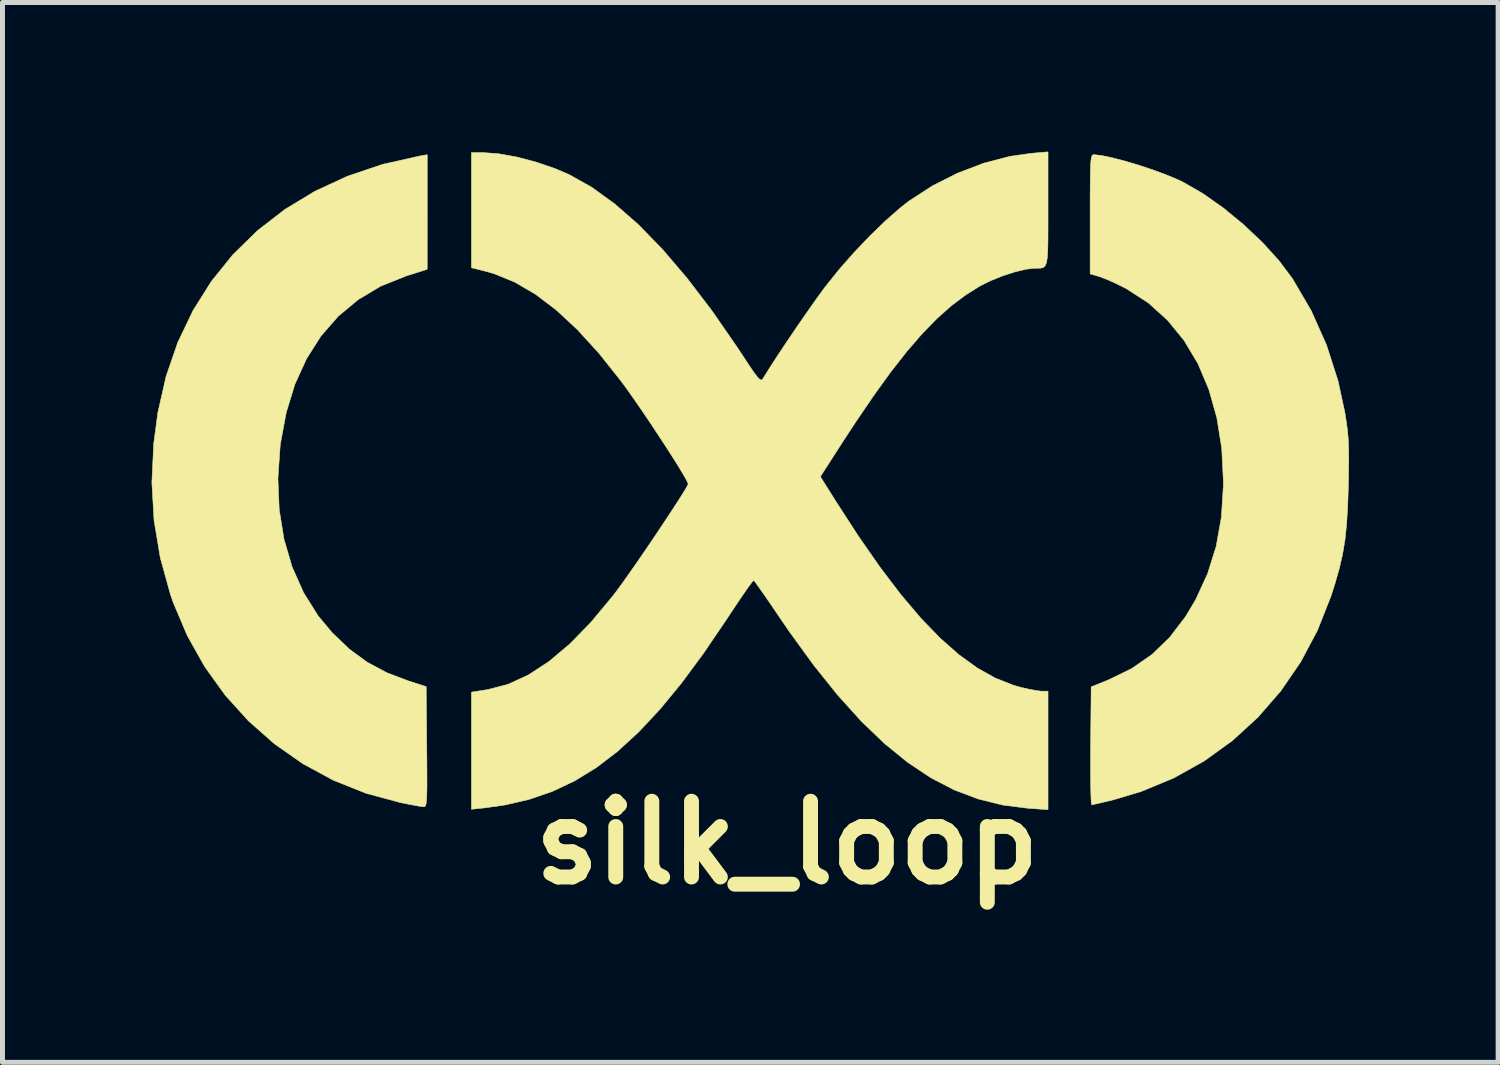
<source format=kicad_pcb>
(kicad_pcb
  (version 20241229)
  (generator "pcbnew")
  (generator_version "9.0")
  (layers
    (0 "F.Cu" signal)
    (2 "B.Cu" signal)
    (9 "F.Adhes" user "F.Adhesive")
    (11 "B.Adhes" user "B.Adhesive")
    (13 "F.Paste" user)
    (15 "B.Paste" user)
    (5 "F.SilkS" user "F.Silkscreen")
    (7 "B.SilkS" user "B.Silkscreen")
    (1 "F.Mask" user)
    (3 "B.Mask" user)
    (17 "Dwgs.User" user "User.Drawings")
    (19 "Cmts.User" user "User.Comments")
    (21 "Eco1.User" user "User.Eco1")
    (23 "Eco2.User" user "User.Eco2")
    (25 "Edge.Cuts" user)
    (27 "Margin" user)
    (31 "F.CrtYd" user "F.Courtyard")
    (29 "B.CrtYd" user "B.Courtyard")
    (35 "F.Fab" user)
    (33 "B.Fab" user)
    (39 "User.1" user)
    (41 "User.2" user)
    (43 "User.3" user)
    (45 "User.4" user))
  (footprint "silk_loop"
    (layer "F.Cu")
    (at 12.784 13.903)
    (property "Reference" "silk_loop" (at 0 0 0) (layer "F.SilkS") (effects (font (size 1.524 1.524) (thickness 0.3))))
    (attr through_hole)
    (fp_poly (pts (xy -7.239 -12.688) (xy -7.24 -11.536) (xy -7.673 -11.398) (xy -8.176 -11.196) (xy -8.628 -10.926) (xy -9.029 -10.592) (xy -9.375 -10.196) (xy -9.666 -9.739) (xy -9.901 -9.224) (xy -10.076 -8.654) (xy -10.192 -8.03) (xy -10.198 -7.98) (xy -10.243 -7.328) (xy -10.217 -6.702) (xy -10.121 -6.106) (xy -9.957 -5.547) (xy -9.727 -5.031) (xy -9.432 -4.561) (xy -9.152 -4.225) (xy -8.804 -3.893) (xy -8.445 -3.63) (xy -8.052 -3.42) (xy -7.62 -3.256) (xy -7.26 -3.14) (xy -7.249 -1.93) (xy -7.246 -1.578) (xy -7.245 -1.301) (xy -7.245 -1.091) (xy -7.249 -0.939) (xy -7.255 -0.835) (xy -7.265 -0.771) (xy -7.279 -0.737) (xy -7.298 -0.724) (xy -7.312 -0.723) (xy -7.385 -0.732) (xy -7.518 -0.756) (xy -7.688 -0.789) (xy -7.789 -0.81) (xy -8.476 -0.996) (xy -9.129 -1.257) (xy -9.743 -1.59) (xy -10.313 -1.989) (xy -10.835 -2.45) (xy -11.305 -2.969) (xy -11.717 -3.543) (xy -12.067 -4.166) (xy -12.35 -4.835) (xy -12.404 -4.99) (xy -12.61 -5.734) (xy -12.735 -6.484) (xy -12.779 -7.247) (xy -12.742 -8.027) (xy -12.658 -8.656) (xy -12.493 -9.383) (xy -12.257 -10.067) (xy -11.952 -10.704) (xy -11.582 -11.293) (xy -11.148 -11.831) (xy -10.654 -12.314) (xy -10.104 -12.74) (xy -9.499 -13.106) (xy -8.843 -13.409) (xy -8.139 -13.647) (xy -7.389 -13.815) (xy -7.377 -13.817) (xy -7.239 -13.841) (xy -7.239 -12.688)) (stroke (width 0.01) (type solid)) (fill yes) (layer "F.SilkS"))
    (fp_poly (pts (xy 6.324 -13.825) (xy 6.538 -13.78) (xy 6.792 -13.714) (xy 7.069 -13.632) (xy 7.35 -13.539) (xy 7.616 -13.441) (xy 7.849 -13.344) (xy 7.962 -13.291) (xy 8.363 -13.06) (xy 8.776 -12.769) (xy 9.181 -12.436) (xy 9.561 -12.077) (xy 9.896 -11.708) (xy 10.168 -11.345) (xy 10.545 -10.7) (xy 10.851 -10.013) (xy 11.083 -9.292) (xy 11.22 -8.657) (xy 11.251 -8.46) (xy 11.274 -8.285) (xy 11.289 -8.114) (xy 11.297 -7.929) (xy 11.299 -7.711) (xy 11.296 -7.441) (xy 11.291 -7.176) (xy 11.277 -6.757) (xy 11.255 -6.403) (xy 11.223 -6.093) (xy 11.175 -5.806) (xy 11.11 -5.522) (xy 11.024 -5.22) (xy 10.939 -4.954) (xy 10.669 -4.272) (xy 10.332 -3.637) (xy 9.932 -3.054) (xy 9.472 -2.524) (xy 8.958 -2.054) (xy 8.392 -1.645) (xy 7.78 -1.303) (xy 7.125 -1.031) (xy 6.57 -0.865) (xy 6.393 -0.822) (xy 6.248 -0.788) (xy 6.153 -0.767) (xy 6.127 -0.763) (xy 6.119 -0.803) (xy 6.113 -0.917) (xy 6.108 -1.095) (xy 6.105 -1.325) (xy 6.104 -1.597) (xy 6.105 -1.9) (xy 6.106 -1.949) (xy 6.117 -3.136) (xy 6.467 -3.277) (xy 6.93 -3.503) (xy 7.339 -3.786) (xy 7.698 -4.133) (xy 8.015 -4.548) (xy 8.216 -4.885) (xy 8.458 -5.41) (xy 8.631 -5.961) (xy 8.736 -6.548) (xy 8.776 -7.181) (xy 8.776 -7.281) (xy 8.743 -7.936) (xy 8.645 -8.548) (xy 8.485 -9.116) (xy 8.266 -9.635) (xy 7.988 -10.101) (xy 7.654 -10.51) (xy 7.266 -10.86) (xy 6.826 -11.145) (xy 6.773 -11.172) (xy 6.599 -11.258) (xy 6.429 -11.333) (xy 6.294 -11.385) (xy 6.276 -11.39) (xy 6.096 -11.443) (xy 6.096 -12.643) (xy 6.096 -12.994) (xy 6.098 -13.269) (xy 6.1 -13.478) (xy 6.105 -13.629) (xy 6.113 -13.732) (xy 6.124 -13.795) (xy 6.139 -13.829) (xy 6.158 -13.841) (xy 6.17 -13.842) (xy 6.324 -13.825)) (stroke (width 0.01) (type solid)) (fill yes) (layer "F.SilkS"))
    (fp_poly (pts (xy 5.249 -12.753) (xy 5.249 -12.404) (xy 5.248 -12.13) (xy 5.244 -11.922) (xy 5.235 -11.772) (xy 5.218 -11.669) (xy 5.192 -11.606) (xy 5.155 -11.572) (xy 5.105 -11.559) (xy 5.039 -11.557) (xy 4.984 -11.557) (xy 4.805 -11.537) (xy 4.578 -11.482) (xy 4.329 -11.401) (xy 4.084 -11.302) (xy 3.877 -11.198) (xy 3.585 -11.014) (xy 3.297 -10.797) (xy 3.009 -10.54) (xy 2.715 -10.238) (xy 2.41 -9.885) (xy 2.089 -9.476) (xy 1.748 -9.004) (xy 1.381 -8.465) (xy 1.107 -8.046) (xy 0.669 -7.365) (xy 0.98 -6.869) (xy 1.435 -6.166) (xy 1.87 -5.542) (xy 2.286 -4.994) (xy 2.688 -4.52) (xy 3.076 -4.118) (xy 3.454 -3.784) (xy 3.825 -3.516) (xy 4.189 -3.312) (xy 4.552 -3.169) (xy 4.682 -3.131) (xy 4.855 -3.091) (xy 5.01 -3.062) (xy 5.119 -3.048) (xy 5.129 -3.048) (xy 5.249 -3.048) (xy 5.249 -0.665) (xy 4.85 -0.693) (xy 4.341 -0.757) (xy 3.847 -0.879) (xy 3.365 -1.061) (xy 2.892 -1.306) (xy 2.425 -1.617) (xy 1.959 -1.996) (xy 1.491 -2.446) (xy 1.018 -2.97) (xy 0.537 -3.57) (xy 0.043 -4.25) (xy -0.177 -4.572) (xy -0.322 -4.786) (xy -0.451 -4.974) (xy -0.558 -5.126) (xy -0.633 -5.231) (xy -0.671 -5.278) (xy -0.673 -5.279) (xy -0.702 -5.248) (xy -0.771 -5.156) (xy -0.871 -5.012) (xy -0.997 -4.827) (xy -1.141 -4.611) (xy -1.216 -4.496) (xy -1.678 -3.816) (xy -2.123 -3.213) (xy -2.557 -2.686) (xy -2.985 -2.228) (xy -3.41 -1.838) (xy -3.838 -1.511) (xy -4.275 -1.243) (xy -4.724 -1.031) (xy -5.19 -0.871) (xy -5.679 -0.758) (xy -6.085 -0.701) (xy -6.35 -0.673) (xy -6.35 -3.029) (xy -6.022 -3.081) (xy -5.617 -3.186) (xy -5.207 -3.374) (xy -4.792 -3.645) (xy -4.372 -3.998) (xy -3.945 -4.436) (xy -3.512 -4.957) (xy -3.437 -5.054) (xy -3.327 -5.204) (xy -3.192 -5.394) (xy -3.038 -5.614) (xy -2.874 -5.853) (xy -2.705 -6.101) (xy -2.54 -6.348) (xy -2.384 -6.583) (xy -2.245 -6.796) (xy -2.129 -6.976) (xy -2.044 -7.114) (xy -1.997 -7.198) (xy -1.99 -7.218) (xy -2.013 -7.274) (xy -2.077 -7.389) (xy -2.175 -7.553) (xy -2.301 -7.753) (xy -2.447 -7.981) (xy -2.607 -8.225) (xy -2.772 -8.475) (xy -2.938 -8.719) (xy -3.096 -8.948) (xy -3.239 -9.15) (xy -3.341 -9.288) (xy -3.784 -9.845) (xy -4.217 -10.32) (xy -4.642 -10.715) (xy -5.061 -11.033) (xy -5.478 -11.277) (xy -5.894 -11.447) (xy -6.067 -11.496) (xy -6.35 -11.567) (xy -6.35 -13.885) (xy -6.144 -13.885) (xy -5.817 -13.862) (xy -5.445 -13.796) (xy -5.055 -13.694) (xy -4.671 -13.563) (xy -4.385 -13.441) (xy -3.932 -13.187) (xy -3.467 -12.851) (xy -2.991 -12.434) (xy -2.506 -11.936) (xy -2.013 -11.358) (xy -1.512 -10.702) (xy -1.005 -9.969) (xy -0.908 -9.822) (xy -0.768 -9.609) (xy -0.666 -9.459) (xy -0.594 -9.364) (xy -0.545 -9.317) (xy -0.513 -9.308) (xy -0.491 -9.329) (xy -0.36 -9.539) (xy -0.192 -9.799) (xy 0.001 -10.088) (xy 0.204 -10.388) (xy 0.405 -10.678) (xy 0.59 -10.941) (xy 0.747 -11.156) (xy 0.773 -11.19) (xy 1.045 -11.53) (xy 1.347 -11.873) (xy 1.663 -12.205) (xy 1.977 -12.509) (xy 2.273 -12.769) (xy 2.453 -12.91) (xy 2.925 -13.216) (xy 3.434 -13.472) (xy 3.963 -13.673) (xy 4.492 -13.81) (xy 4.913 -13.869) (xy 5.249 -13.898) (xy 5.249 -12.753)) (stroke (width 0.01) (type solid)) (fill yes) (layer "F.SilkS")))
  (gr_rect
    (start -3 -3)
    (end 27.088 18.321)
    (stroke (width 0.1) (type default))
    (fill no)
    (layer "Edge.Cuts")))
</source>
